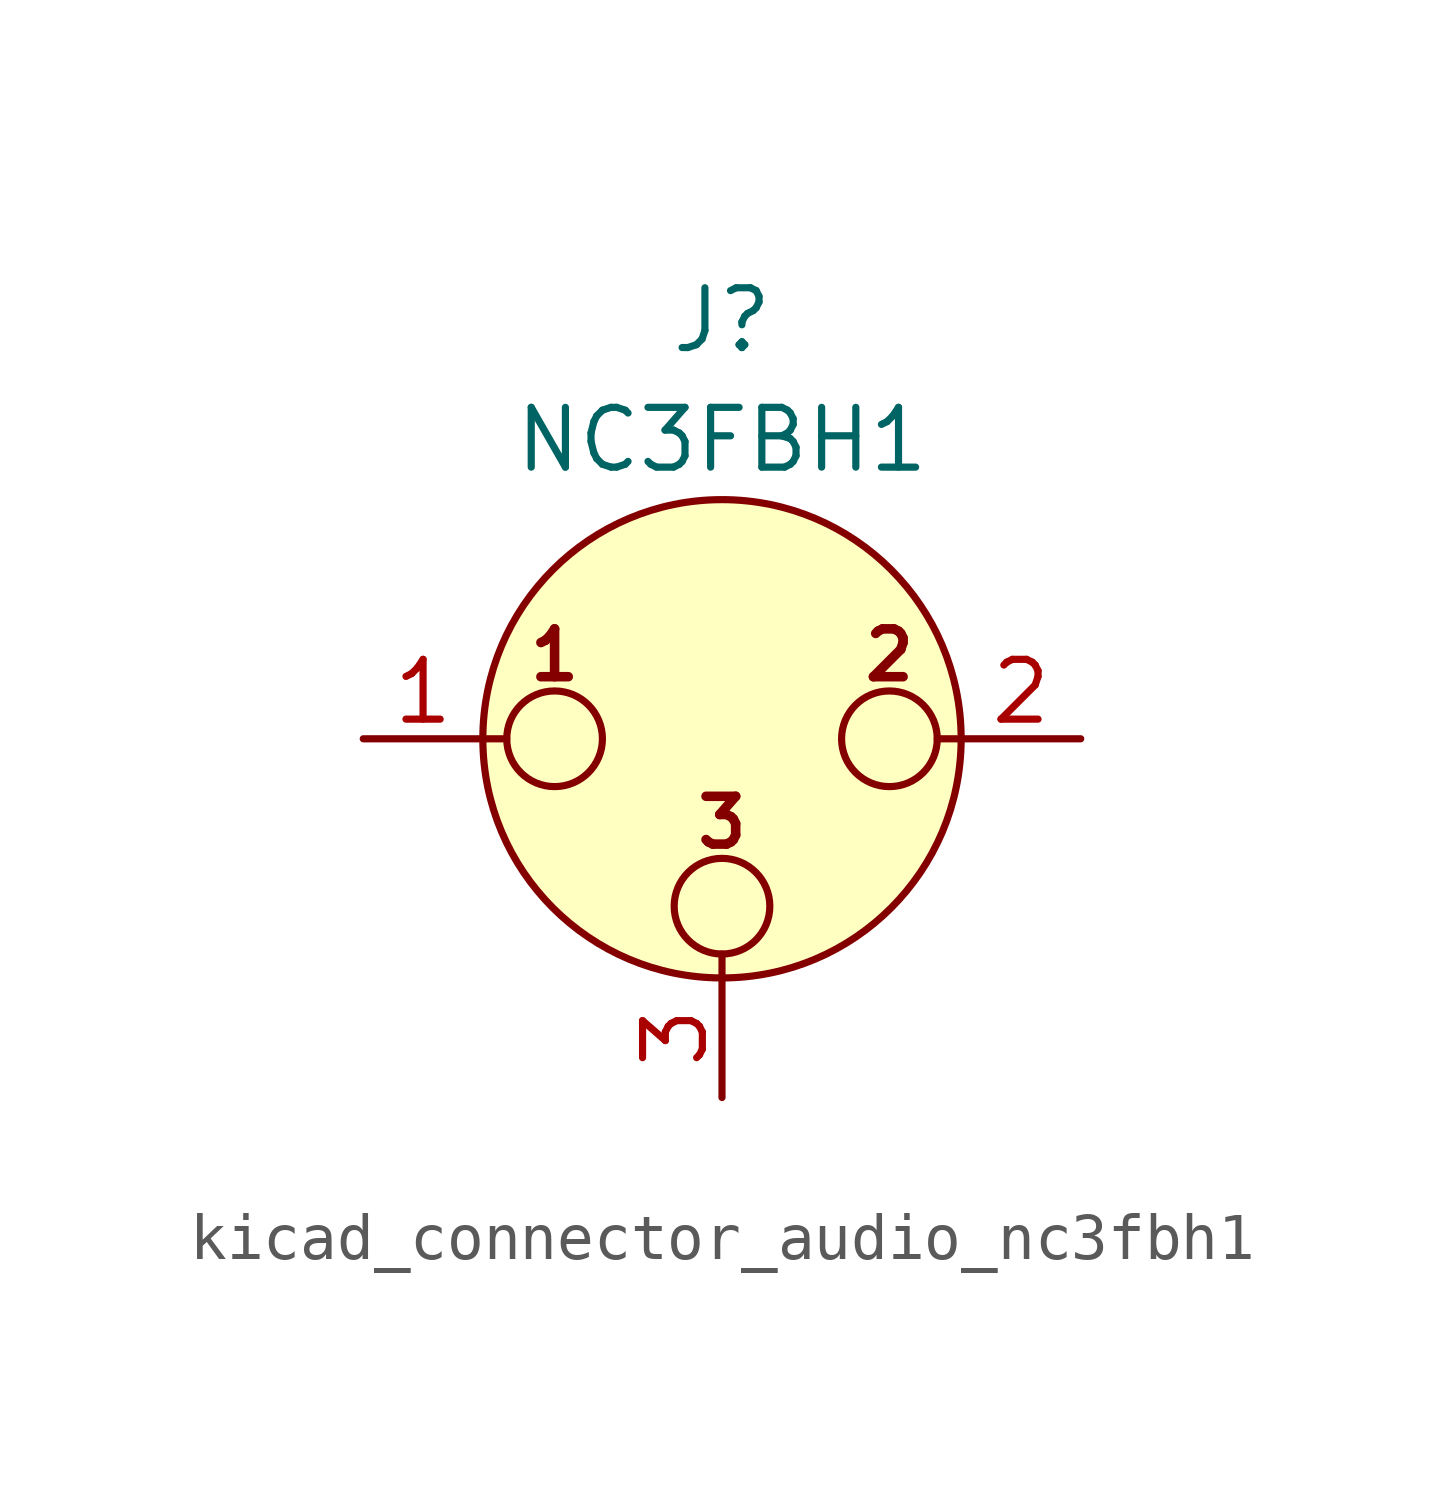
<source format=kicad_sym>
(kicad_symbol_lib
  (version 20220914)
  (generator kicad_symbol_editor)
  (symbol "kicad_connector_audio_nc3fbh1"
    (pin_names hide)
    (property "Reference" "J"
      (at 0 8.89 0)
      (effects (font (size 1.27 1.27))))
    (property "Value" "NC3FBH1"
      (at 0 6.35 0)
      (effects (font (size 1.27 1.27))))
    (symbol "kicad_connector_audio_nc3fbh1_0_1"
      (circle (center -3.556 0) (radius 1.016) (stroke (width 0) (type default)) (fill (type none)))
      (circle (center 0 -3.556) (radius 1.016) (stroke (width 0) (type default)) (fill (type none)))
      (polyline (pts (xy -5.08 0) (xy -4.572 0)) (stroke (width 0) (type default)) (fill (type none)))
      (polyline (pts (xy 0 -5.08) (xy 0 -4.572)) (stroke (width 0) (type default)) (fill (type none)))
      (polyline (pts (xy 5.08 0) (xy 4.572 0)) (stroke (width 0) (type default)) (fill (type none)))
      (circle (center 0 0) (radius 5.08) (stroke (width 0) (type default)) (fill (type background)))
      (circle (center 3.556 0) (radius 1.016) (stroke (width 0) (type default)) (fill (type none)))
      (text "1" (at -3.556 1.778 0) (effects (font (size 1.016 1.016) bold)))
      (text "2" (at 3.556 1.778 0) (effects (font (size 1.016 1.016) bold)))
      (text "3" (at 0 -1.778 0) (effects (font (size 1.016 1.016) bold)))
      (pin passive line (at -7.62 0 0) (length 2.54) (name "~" (effects (font (size 1.27 1.27)))) (number "1" (effects (font (size 1.27 1.27)))))
      (pin passive line (at 7.62 0 180) (length 2.54) (name "~" (effects (font (size 1.27 1.27)))) (number "2" (effects (font (size 1.27 1.27)))))
      (pin passive line (at 0 -7.62 90) (length 2.54) (name "~" (effects (font (size 1.27 1.27)))) (number "3" (effects (font (size 1.27 1.27))))))))
</source>
